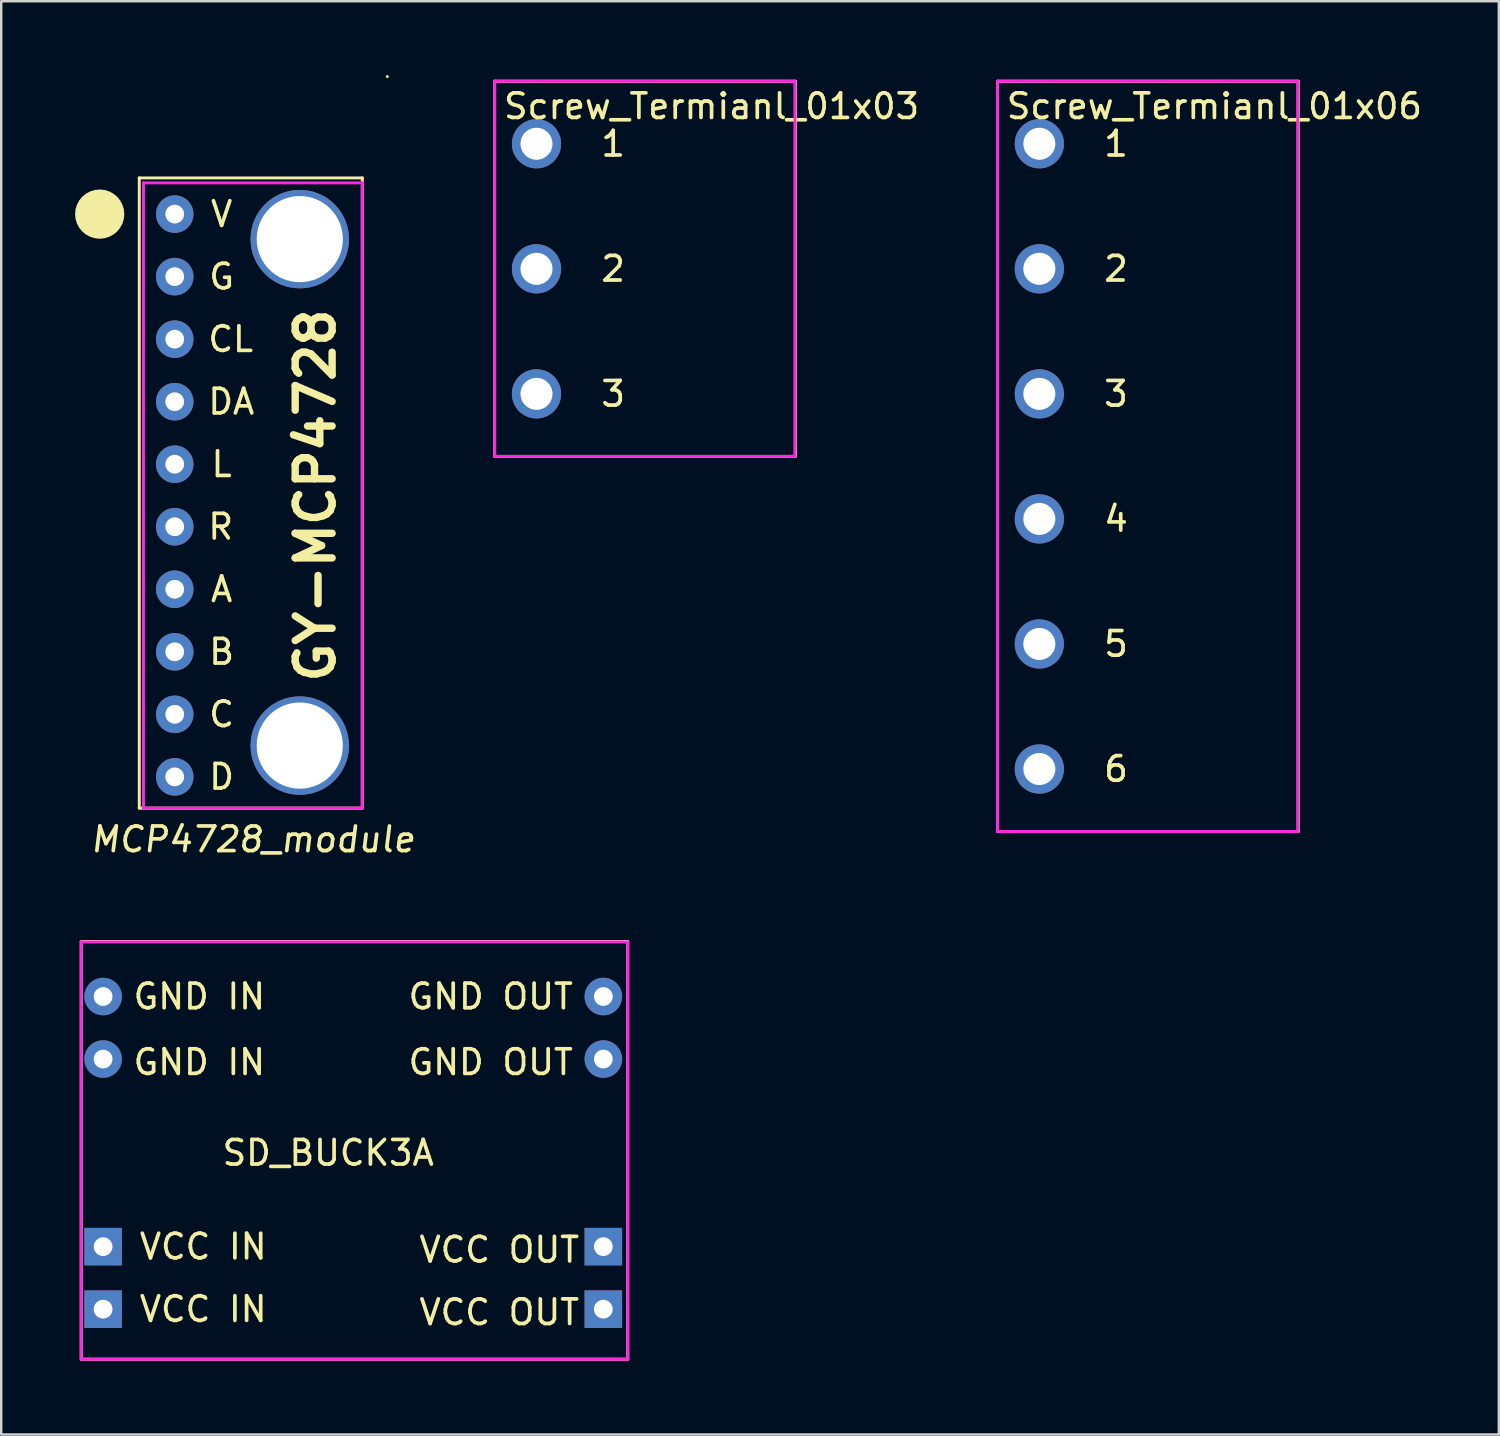
<source format=kicad_pcb>
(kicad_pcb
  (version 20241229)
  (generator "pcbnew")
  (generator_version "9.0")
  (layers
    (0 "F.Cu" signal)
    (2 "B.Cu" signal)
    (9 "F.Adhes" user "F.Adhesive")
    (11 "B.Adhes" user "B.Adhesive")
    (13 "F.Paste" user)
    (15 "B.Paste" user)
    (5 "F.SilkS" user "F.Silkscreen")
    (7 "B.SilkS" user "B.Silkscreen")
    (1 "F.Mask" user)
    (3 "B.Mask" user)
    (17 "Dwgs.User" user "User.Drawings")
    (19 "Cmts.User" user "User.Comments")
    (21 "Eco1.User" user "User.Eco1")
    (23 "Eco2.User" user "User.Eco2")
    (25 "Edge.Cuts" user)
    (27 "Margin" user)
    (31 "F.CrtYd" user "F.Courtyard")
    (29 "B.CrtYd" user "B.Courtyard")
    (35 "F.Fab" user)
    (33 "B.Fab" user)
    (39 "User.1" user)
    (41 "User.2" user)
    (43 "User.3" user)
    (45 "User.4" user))
  (footprint "Screw_Termianl_01x06"
    (layer "F.Cu")
    (at 39.171 0.25)
    (property "Reference" "Screw_Termianl_01x06" (at 7.112 1.016 180) (layer "F.SilkS") (effects (font (size 1 1) (thickness 0.15))))
    (attr through_hole)
    (fp_line (start -1.702 0) (end -1.702 30.48) (stroke (width 0.12) (type solid)) (layer "F.SilkS"))
    (fp_line (start -1.702 30.48) (end 10.516 30.48) (stroke (width 0.12) (type solid)) (layer "F.SilkS"))
    (fp_line (start 10.516 0) (end -1.702 0) (stroke (width 0.12) (type solid)) (layer "F.SilkS"))
    (fp_line (start 10.516 30.48) (end 10.516 0) (stroke (width 0.12) (type solid)) (layer "F.SilkS"))
    (fp_line (start -1.7 0) (end -1.7 30.48) (stroke (width 0.12) (type solid)) (layer "F.CrtYd"))
    (fp_line (start -1.7 0) (end 10.5 0) (stroke (width 0.12) (type solid)) (layer "F.CrtYd"))
    (fp_line (start 10.5 0) (end 10.5 30.48) (stroke (width 0.12) (type solid)) (layer "F.CrtYd"))
    (fp_line (start 10.5 30.48) (end -1.7 30.48) (stroke (width 0.12) (type solid)) (layer "F.CrtYd"))
    (fp_text user "3" (at 2.54 12.7 0) (layer "F.SilkS") (effects (font (size 1 1) (thickness 0.15)) (justify left)))
    (fp_text user "5" (at 2.54 22.86 0) (layer "F.SilkS") (effects (font (size 1 1) (thickness 0.15)) (justify left)))
    (fp_text user "1" (at 2.54 2.54 0) (layer "F.SilkS") (effects (font (size 1 1) (thickness 0.15)) (justify left)))
    (fp_text user "6" (at 2.54 27.94 0) (layer "F.SilkS") (effects (font (size 1 1) (thickness 0.15)) (justify left)))
    (fp_text user "2" (at 2.54 7.62 0) (layer "F.SilkS") (effects (font (size 1 1) (thickness 0.15)) (justify left)))
    (fp_text user "4" (at 2.54 17.78 0) (layer "F.SilkS") (effects (font (size 1 1) (thickness 0.15)) (justify left)))
    (pad "1" thru_hole circle (at 0 2.54) (size 2 2) (drill 1.3) (layers "*.Cu" "*.Mask"))
    (pad "2" thru_hole circle (at 0 7.62) (size 2 2) (drill 1.3) (layers "*.Cu" "*.Mask"))
    (pad "3" thru_hole circle (at 0 12.7) (size 2 2) (drill 1.3) (layers "*.Cu" "*.Mask"))
    (pad "4" thru_hole circle (at 0 17.78) (size 2 2) (drill 1.3) (layers "*.Cu" "*.Mask"))
    (pad "5" thru_hole circle (at 0 22.86) (size 2 2) (drill 1.3) (layers "*.Cu" "*.Mask"))
    (pad "6" thru_hole circle (at 0 27.94) (size 2 2) (drill 1.3) (layers "*.Cu" "*.Mask")))
  (footprint "MCP4728_module"
    (layer "F.Cu")
    (at 11.668 31.048)
    (property "Reference" "MCP4728_module" (at -4.445 0 180) (layer "F.SilkS") (effects (font (size 1 1) (thickness 0.15) (italic yes))))
    (attr through_hole)
    (fp_line (start -9.06 -1.27) (end -9.06 -26.87) (stroke (width 0.12) (type solid)) (layer "F.SilkS"))
    (fp_line (start 0 -26.87) (end -9.06 -26.87) (stroke (width 0.12) (type solid)) (layer "F.SilkS"))
    (fp_line (start 0 -1.27) (end -9.06 -1.27) (stroke (width 0.12) (type solid)) (layer "F.SilkS"))
    (fp_line (start 0 -1.27) (end 0 -26.87) (stroke (width 0.12) (type solid)) (layer "F.SilkS"))
    (fp_line (start 1.016 -30.988) (end 1.016 -30.988) (stroke (width 0.12) (type solid)) (layer "F.SilkS"))
    (fp_circle (center -10.668 -25.4) (end -10.668 -25.9) (stroke (width 1) (type solid)) (fill no) (layer "F.SilkS"))
    (fp_line (start -8.89 -26.67) (end 0 -26.67) (stroke (width 0.12) (type solid)) (layer "F.CrtYd"))
    (fp_line (start -8.89 -1.27) (end -8.89 -26.67) (stroke (width 0.12) (type solid)) (layer "F.CrtYd"))
    (fp_line (start 0 -26.67) (end 0 -1.27) (stroke (width 0.12) (type solid)) (layer "F.CrtYd"))
    (fp_line (start 0 -1.27) (end -8.89 -1.27) (stroke (width 0.12) (type solid)) (layer "F.CrtYd"))
    (fp_text user "A" (at -5.715 -10.16 0) (layer "F.SilkS") (effects (font (size 1 1) (thickness 0.15))))
    (fp_text user "CL" (at -6.35 -20.32 0) (layer "F.SilkS") (effects (font (size 1 1) (thickness 0.15)) (justify left)))
    (fp_text user "G" (at -5.715 -22.86 0) (layer "F.SilkS") (effects (font (size 1 1) (thickness 0.15))))
    (fp_text user "D" (at -5.715 -2.54 0) (layer "F.SilkS") (effects (font (size 1 1) (thickness 0.15))))
    (fp_text user "L" (at -5.715 -15.24 0) (layer "F.SilkS") (effects (font (size 1 1) (thickness 0.15))))
    (fp_text user "GY-MCP4728" (at -1.905 -13.97 90) (layer "F.SilkS") (effects (font (size 1.5 1.5) (thickness 0.3))))
    (fp_text user "C" (at -5.715 -5.08 0) (layer "F.SilkS") (effects (font (size 1 1) (thickness 0.15))))
    (fp_text user "R" (at -6.35 -12.7 0) (layer "F.SilkS") (effects (font (size 1 1) (thickness 0.15)) (justify left)))
    (fp_text user "DA" (at -6.35 -17.78 0) (layer "F.SilkS") (effects (font (size 1 1) (thickness 0.15)) (justify left)))
    (fp_text user "B" (at -5.715 -7.62 0) (layer "F.SilkS") (effects (font (size 1 1) (thickness 0.15))))
    (fp_text user "V" (at -5.715 -25.4 0) (layer "F.SilkS") (effects (font (size 1 1) (thickness 0.15))))
    (pad "1" thru_hole circle (at -7.62 -25.4 270) (size 1.524 1.524) (drill 0.762) (layers "*.Cu" "*.Mask"))
    (pad "2" thru_hole circle (at -7.62 -20.32 270) (size 1.524 1.524) (drill 0.762) (layers "*.Cu" "*.Mask"))
    (pad "3" thru_hole circle (at -7.62 -17.78 270) (size 1.524 1.524) (drill 0.762) (layers "*.Cu" "*.Mask"))
    (pad "4" thru_hole circle (at -7.62 -15.24 270) (size 1.524 1.524) (drill 0.762) (layers "*.Cu" "*.Mask"))
    (pad "5" thru_hole circle (at -7.62 -12.7 270) (size 1.524 1.524) (drill 0.762) (layers "*.Cu" "*.Mask"))
    (pad "6" thru_hole circle (at -7.62 -10.16 270) (size 1.524 1.524) (drill 0.762) (layers "*.Cu" "*.Mask"))
    (pad "7" thru_hole circle (at -7.62 -7.62 270) (size 1.524 1.524) (drill 0.762) (layers "*.Cu" "*.Mask"))
    (pad "8" thru_hole circle (at -7.62 -5.08 270) (size 1.524 1.524) (drill 0.762) (layers "*.Cu" "*.Mask"))
    (pad "9" thru_hole circle (at -7.62 -2.54 270) (size 1.524 1.524) (drill 0.762) (layers "*.Cu" "*.Mask"))
    (pad "10" thru_hole circle (at -7.62 -22.86 270) (size 1.524 1.524) (drill 0.762) (layers "*.Cu" "*.Mask"))
    (pad "11" thru_hole circle (at -2.54 -24.384 270) (size 4 4) (drill 3.5) (layers "*.Cu" "*.Mask"))
    (pad "11" thru_hole circle (at -2.54 -3.81 270) (size 4 4) (drill 3.5) (layers "*.Cu" "*.Mask")))
  (footprint "SD_BUCK3A"
    (layer "F.Cu")
    (at 0.25 35.146)
    (property "Reference" "SD_BUCK3A" (at 10.033 8.636 180) (layer "F.SilkS") (effects (font (size 1 1) (thickness 0.15))))
    (attr through_hole)
    (fp_line (start 0 0.051) (end 0 17.018) (stroke (width 0.12) (type solid)) (layer "F.SilkS"))
    (fp_line (start 0 17.018) (end 22.2 17.018) (stroke (width 0.12) (type solid)) (layer "F.SilkS"))
    (fp_line (start 22.2 0.051) (end 0 0.051) (stroke (width 0.12) (type solid)) (layer "F.SilkS"))
    (fp_line (start 22.2 17.018) (end 22.2 0.051) (stroke (width 0.12) (type solid)) (layer "F.SilkS"))
    (fp_line (start 0 0.068) (end 22.2 0.068) (stroke (width 0.12) (type solid)) (layer "F.CrtYd"))
    (fp_line (start 0 17.018) (end 0 0.068) (stroke (width 0.12) (type solid)) (layer "F.CrtYd"))
    (fp_line (start 0 17.018) (end 22.2 17.018) (stroke (width 0.12) (type solid)) (layer "F.CrtYd"))
    (fp_line (start 22.2 17.018) (end 22.2 0.068) (stroke (width 0.12) (type solid)) (layer "F.CrtYd"))
    (fp_text user "VCC OUT" (at 20.32 15.113 0) (layer "F.SilkS") (effects (font (size 1 1) (thickness 0.15)) (justify right)))
    (fp_text user "GND IN" (at 2.032 2.286 0) (layer "F.SilkS") (effects (font (size 1 1) (thickness 0.15)) (justify left)))
    (fp_text user "GND IN" (at 2.032 4.953 0) (layer "F.SilkS") (effects (font (size 1 1) (thickness 0.15)) (justify left)))
    (fp_text user "GND OUT" (at 20.066 2.286 0) (layer "F.SilkS") (effects (font (size 1 1) (thickness 0.15)) (justify right)))
    (fp_text user "VCC IN" (at 2.286 12.446 0) (layer "F.SilkS") (effects (font (size 1 1) (thickness 0.15)) (justify left)))
    (fp_text user "VCC IN" (at 2.286 14.986 0) (layer "F.SilkS") (effects (font (size 1 1) (thickness 0.15)) (justify left)))
    (fp_text user "VCC OUT" (at 20.32 12.573 0) (layer "F.SilkS") (effects (font (size 1 1) (thickness 0.15)) (justify right)))
    (fp_text user "GND OUT" (at 20.066 4.953 0) (layer "F.SilkS") (effects (font (size 1 1) (thickness 0.15)) (justify right)))
    (pad "1" thru_hole rect (at 0.889 14.986 180) (size 1.524 1.524) (drill 0.762) (layers "*.Cu" "*.Mask"))
    (pad "2" thru_hole rect (at 21.209 14.986 180) (size 1.524 1.524) (drill 0.762) (layers "*.Cu" "*.Mask"))
    (pad "3" thru_hole circle (at 0.889 2.286 180) (size 1.524 1.524) (drill 0.762) (layers "*.Cu" "*.Mask"))
    (pad "4" thru_hole circle (at 21.209 2.286 180) (size 1.524 1.524) (drill 0.762) (layers "*.Cu" "*.Mask"))
    (pad "5" thru_hole rect (at 0.889 12.446 180) (size 1.524 1.524) (drill 0.762) (layers "*.Cu" "*.Mask"))
    (pad "6" thru_hole rect (at 21.209 12.446 180) (size 1.524 1.524) (drill 0.762) (layers "*.Cu" "*.Mask"))
    (pad "7" thru_hole circle (at 0.889 4.826 180) (size 1.524 1.524) (drill 0.762) (layers "*.Cu" "*.Mask"))
    (pad "8" thru_hole circle (at 21.209 4.826 180) (size 1.524 1.524) (drill 0.762) (layers "*.Cu" "*.Mask")))
  (footprint "Screw_Termianl_01x03"
    (layer "F.Cu")
    (at 18.744 0.25)
    (property "Reference" "Screw_Termianl_01x03" (at 7.112 1.016 180) (layer "F.SilkS") (effects (font (size 1 1) (thickness 0.15))))
    (attr through_hole)
    (fp_line (start -1.702 0) (end -1.702 15.24) (stroke (width 0.12) (type solid)) (layer "F.SilkS"))
    (fp_line (start -1.702 15.24) (end 10.516 15.24) (stroke (width 0.12) (type solid)) (layer "F.SilkS"))
    (fp_line (start 10.516 0) (end -1.702 0) (stroke (width 0.12) (type solid)) (layer "F.SilkS"))
    (fp_line (start 10.516 15.24) (end 10.516 0) (stroke (width 0.12) (type solid)) (layer "F.SilkS"))
    (fp_line (start -1.7 0) (end -1.7 15.24) (stroke (width 0.12) (type solid)) (layer "F.CrtYd"))
    (fp_line (start -1.7 0) (end 10.5 0) (stroke (width 0.12) (type solid)) (layer "F.CrtYd"))
    (fp_line (start 10.5 0) (end 10.5 15.24) (stroke (width 0.12) (type solid)) (layer "F.CrtYd"))
    (fp_line (start 10.5 15.24) (end -1.7 15.24) (stroke (width 0.12) (type solid)) (layer "F.CrtYd"))
    (fp_text user "3" (at 2.54 12.7 0) (layer "F.SilkS") (effects (font (size 1 1) (thickness 0.15)) (justify left)))
    (fp_text user "2" (at 2.54 7.62 0) (layer "F.SilkS") (effects (font (size 1 1) (thickness 0.15)) (justify left)))
    (fp_text user "1" (at 2.54 2.54 0) (layer "F.SilkS") (effects (font (size 1 1) (thickness 0.15)) (justify left)))
    (pad "1" thru_hole circle (at 0 2.54) (size 2 2) (drill 1.3) (layers "*.Cu" "*.Mask"))
    (pad "2" thru_hole circle (at 0 7.62) (size 2 2) (drill 1.3) (layers "*.Cu" "*.Mask"))
    (pad "3" thru_hole circle (at 0 12.7) (size 2 2) (drill 1.3) (layers "*.Cu" "*.Mask")))
  (gr_rect
    (start -3 -3)
    (end 57.837 55.224)
    (stroke (width 0.1) (type default))
    (fill no)
    (layer "Edge.Cuts")))
</source>
